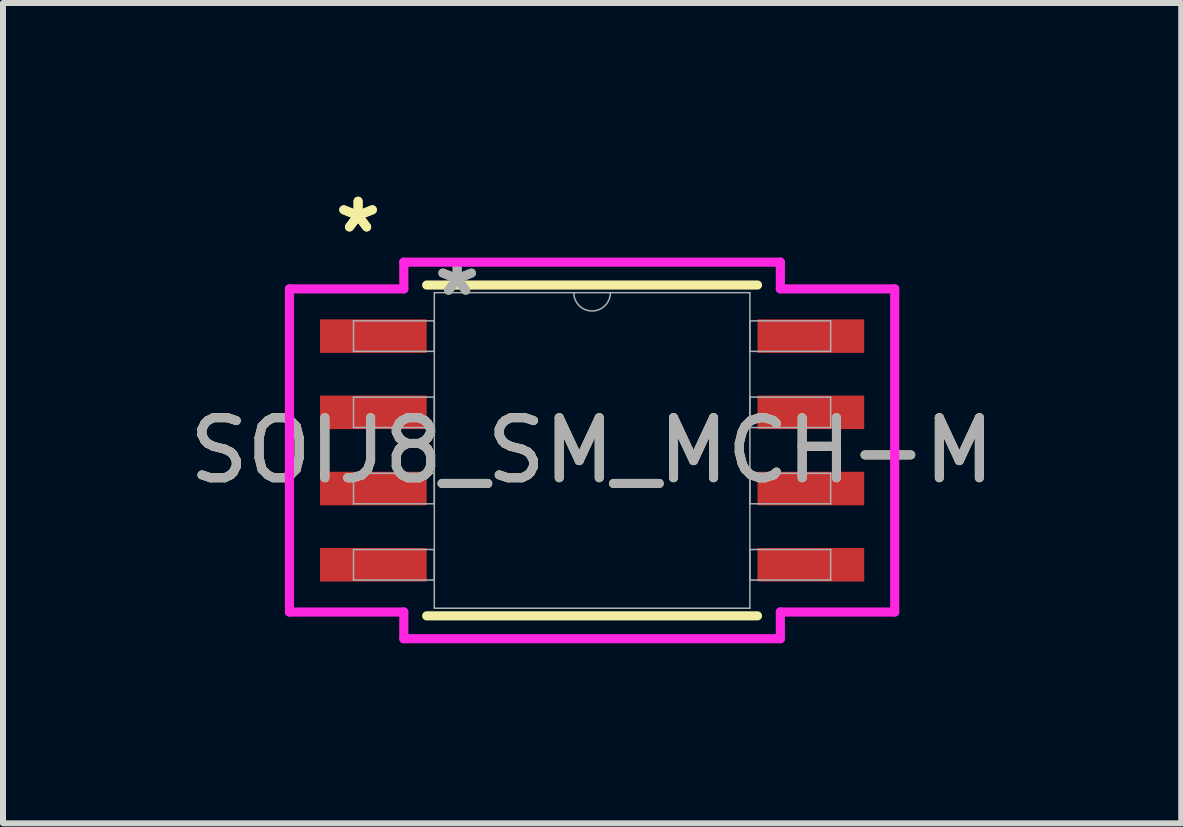
<source format=kicad_pcb>
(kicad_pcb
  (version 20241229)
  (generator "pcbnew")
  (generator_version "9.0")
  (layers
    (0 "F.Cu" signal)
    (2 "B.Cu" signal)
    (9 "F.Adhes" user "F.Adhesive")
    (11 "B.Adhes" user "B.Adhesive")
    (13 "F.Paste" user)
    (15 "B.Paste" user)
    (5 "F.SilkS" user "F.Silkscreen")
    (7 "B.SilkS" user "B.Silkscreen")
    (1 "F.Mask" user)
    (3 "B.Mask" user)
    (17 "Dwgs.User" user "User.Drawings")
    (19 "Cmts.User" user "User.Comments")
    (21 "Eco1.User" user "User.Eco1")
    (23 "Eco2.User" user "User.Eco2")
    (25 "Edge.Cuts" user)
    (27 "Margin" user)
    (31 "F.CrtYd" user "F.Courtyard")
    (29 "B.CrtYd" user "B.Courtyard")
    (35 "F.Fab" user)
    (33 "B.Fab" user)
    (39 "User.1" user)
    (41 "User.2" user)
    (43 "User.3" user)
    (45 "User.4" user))
  (footprint "SOIJ8_SM_MCH-M"
    (layer "F.Cu")
    (at 6.815 4.455)
    (property "Reference" "SOIJ8_SM_MCH-M" (at 0 0 0) (unlocked yes) (layer "F.SilkS") (effects (font (size 1 1) (thickness 0.15))))
    (attr smd)
    (fp_line (start -2.756 2.756) (end 2.756 2.756) (stroke (width 0.152) (type solid)) (layer "F.SilkS"))
    (fp_line (start 2.756 -2.756) (end -2.756 -2.756) (stroke (width 0.152) (type solid)) (layer "F.SilkS"))
    (fp_line (start -5.042 -2.692) (end -3.137 -2.692) (stroke (width 0.152) (type solid)) (layer "F.CrtYd"))
    (fp_line (start -5.042 2.692) (end -5.042 -2.692) (stroke (width 0.152) (type solid)) (layer "F.CrtYd"))
    (fp_line (start -5.042 2.692) (end -3.137 2.692) (stroke (width 0.152) (type solid)) (layer "F.CrtYd"))
    (fp_line (start -3.137 -3.137) (end 3.137 -3.137) (stroke (width 0.152) (type solid)) (layer "F.CrtYd"))
    (fp_line (start -3.137 -2.692) (end -3.137 -3.137) (stroke (width 0.152) (type solid)) (layer "F.CrtYd"))
    (fp_line (start -3.137 3.137) (end -3.137 2.692) (stroke (width 0.152) (type solid)) (layer "F.CrtYd"))
    (fp_line (start 3.137 -3.137) (end 3.137 -2.692) (stroke (width 0.152) (type solid)) (layer "F.CrtYd"))
    (fp_line (start 3.137 2.692) (end 3.137 3.137) (stroke (width 0.152) (type solid)) (layer "F.CrtYd"))
    (fp_line (start 3.137 3.137) (end -3.137 3.137) (stroke (width 0.152) (type solid)) (layer "F.CrtYd"))
    (fp_line (start 5.042 -2.692) (end 3.137 -2.692) (stroke (width 0.152) (type solid)) (layer "F.CrtYd"))
    (fp_line (start 5.042 -2.692) (end 5.042 2.692) (stroke (width 0.152) (type solid)) (layer "F.CrtYd"))
    (fp_line (start 5.042 2.692) (end 3.137 2.692) (stroke (width 0.152) (type solid)) (layer "F.CrtYd"))
    (fp_line (start -3.975 -2.159) (end -3.975 -1.651) (stroke (width 0.025) (type solid)) (layer "F.Fab"))
    (fp_line (start -3.975 -1.651) (end -2.629 -1.651) (stroke (width 0.025) (type solid)) (layer "F.Fab"))
    (fp_line (start -3.975 -0.889) (end -3.975 -0.381) (stroke (width 0.025) (type solid)) (layer "F.Fab"))
    (fp_line (start -3.975 -0.381) (end -2.629 -0.381) (stroke (width 0.025) (type solid)) (layer "F.Fab"))
    (fp_line (start -3.975 0.381) (end -3.975 0.889) (stroke (width 0.025) (type solid)) (layer "F.Fab"))
    (fp_line (start -3.975 0.889) (end -2.629 0.889) (stroke (width 0.025) (type solid)) (layer "F.Fab"))
    (fp_line (start -3.975 1.651) (end -3.975 2.159) (stroke (width 0.025) (type solid)) (layer "F.Fab"))
    (fp_line (start -3.975 2.159) (end -2.629 2.159) (stroke (width 0.025) (type solid)) (layer "F.Fab"))
    (fp_line (start -2.629 -2.629) (end -2.629 2.629) (stroke (width 0.025) (type solid)) (layer "F.Fab"))
    (fp_line (start -2.629 -2.159) (end -3.975 -2.159) (stroke (width 0.025) (type solid)) (layer "F.Fab"))
    (fp_line (start -2.629 -1.651) (end -2.629 -2.159) (stroke (width 0.025) (type solid)) (layer "F.Fab"))
    (fp_line (start -2.629 -0.889) (end -3.975 -0.889) (stroke (width 0.025) (type solid)) (layer "F.Fab"))
    (fp_line (start -2.629 -0.381) (end -2.629 -0.889) (stroke (width 0.025) (type solid)) (layer "F.Fab"))
    (fp_line (start -2.629 0.381) (end -3.975 0.381) (stroke (width 0.025) (type solid)) (layer "F.Fab"))
    (fp_line (start -2.629 0.889) (end -2.629 0.381) (stroke (width 0.025) (type solid)) (layer "F.Fab"))
    (fp_line (start -2.629 1.651) (end -3.975 1.651) (stroke (width 0.025) (type solid)) (layer "F.Fab"))
    (fp_line (start -2.629 2.159) (end -2.629 1.651) (stroke (width 0.025) (type solid)) (layer "F.Fab"))
    (fp_line (start -2.629 2.629) (end 2.629 2.629) (stroke (width 0.025) (type solid)) (layer "F.Fab"))
    (fp_line (start 2.629 -2.629) (end -2.629 -2.629) (stroke (width 0.025) (type solid)) (layer "F.Fab"))
    (fp_line (start 2.629 -2.159) (end 2.629 -1.651) (stroke (width 0.025) (type solid)) (layer "F.Fab"))
    (fp_line (start 2.629 -1.651) (end 3.975 -1.651) (stroke (width 0.025) (type solid)) (layer "F.Fab"))
    (fp_line (start 2.629 -0.889) (end 2.629 -0.381) (stroke (width 0.025) (type solid)) (layer "F.Fab"))
    (fp_line (start 2.629 -0.381) (end 3.975 -0.381) (stroke (width 0.025) (type solid)) (layer "F.Fab"))
    (fp_line (start 2.629 0.381) (end 2.629 0.889) (stroke (width 0.025) (type solid)) (layer "F.Fab"))
    (fp_line (start 2.629 0.889) (end 3.975 0.889) (stroke (width 0.025) (type solid)) (layer "F.Fab"))
    (fp_line (start 2.629 1.651) (end 2.629 2.159) (stroke (width 0.025) (type solid)) (layer "F.Fab"))
    (fp_line (start 2.629 2.159) (end 3.975 2.159) (stroke (width 0.025) (type solid)) (layer "F.Fab"))
    (fp_line (start 2.629 2.629) (end 2.629 -2.629) (stroke (width 0.025) (type solid)) (layer "F.Fab"))
    (fp_line (start 3.975 -2.159) (end 2.629 -2.159) (stroke (width 0.025) (type solid)) (layer "F.Fab"))
    (fp_line (start 3.975 -1.651) (end 3.975 -2.159) (stroke (width 0.025) (type solid)) (layer "F.Fab"))
    (fp_line (start 3.975 -0.889) (end 2.629 -0.889) (stroke (width 0.025) (type solid)) (layer "F.Fab"))
    (fp_line (start 3.975 -0.381) (end 3.975 -0.889) (stroke (width 0.025) (type solid)) (layer "F.Fab"))
    (fp_line (start 3.975 0.381) (end 2.629 0.381) (stroke (width 0.025) (type solid)) (layer "F.Fab"))
    (fp_line (start 3.975 0.889) (end 3.975 0.381) (stroke (width 0.025) (type solid)) (layer "F.Fab"))
    (fp_line (start 3.975 1.651) (end 2.629 1.651) (stroke (width 0.025) (type solid)) (layer "F.Fab"))
    (fp_line (start 3.975 2.159) (end 3.975 1.651) (stroke (width 0.025) (type solid)) (layer "F.Fab"))
    (fp_arc (start 0.3048 -2.6289) (mid 0 -2.3241) (end -0.3048 -2.6289) (stroke (width 0.0254) (type solid)) (layer "F.Fab"))
    (fp_text user "*" (at -3.899 -3.607 0) (layer "F.SilkS") (effects (font (size 1 1) (thickness 0.15))))
    (fp_text user "*" (at -3.899 -3.607 0) (unlocked yes) (layer "F.SilkS") (effects (font (size 1 1) (thickness 0.15))))
    (fp_text user "*" (at -2.248 -2.553 0) (unlocked yes) (layer "F.Fab") (effects (font (size 1 1) (thickness 0.15))))
    (fp_text user "*" (at -2.248 -2.553 0) (layer "F.Fab") (effects (font (size 1 1) (thickness 0.15))))
    (fp_text user "${REFERENCE}" (at 0 0 0) (unlocked yes) (layer "F.Fab") (effects (font (size 1 1) (thickness 0.15))))
    (pad "1" smd rect (at -3.645 -1.905) (size 1.778 0.559) (layers "F.Cu" "F.Mask" "F.Paste"))
    (pad "2" smd rect (at -3.645 -0.635) (size 1.778 0.559) (layers "F.Cu" "F.Mask" "F.Paste"))
    (pad "3" smd rect (at -3.645 0.635) (size 1.778 0.559) (layers "F.Cu" "F.Mask" "F.Paste"))
    (pad "4" smd rect (at -3.645 1.905) (size 1.778 0.559) (layers "F.Cu" "F.Mask" "F.Paste"))
    (pad "5" smd rect (at 3.645 1.905) (size 1.778 0.559) (layers "F.Cu" "F.Mask" "F.Paste"))
    (pad "6" smd rect (at 3.645 0.635) (size 1.778 0.559) (layers "F.Cu" "F.Mask" "F.Paste"))
    (pad "7" smd rect (at 3.645 -0.635) (size 1.778 0.559) (layers "F.Cu" "F.Mask" "F.Paste"))
    (pad "8" smd rect (at 3.645 -1.905) (size 1.778 0.559) (layers "F.Cu" "F.Mask" "F.Paste")))
  (gr_rect
    (start -3 -3)
    (end 16.631 10.668)
    (stroke (width 0.1) (type default))
    (fill no)
    (layer "Edge.Cuts")))
</source>
